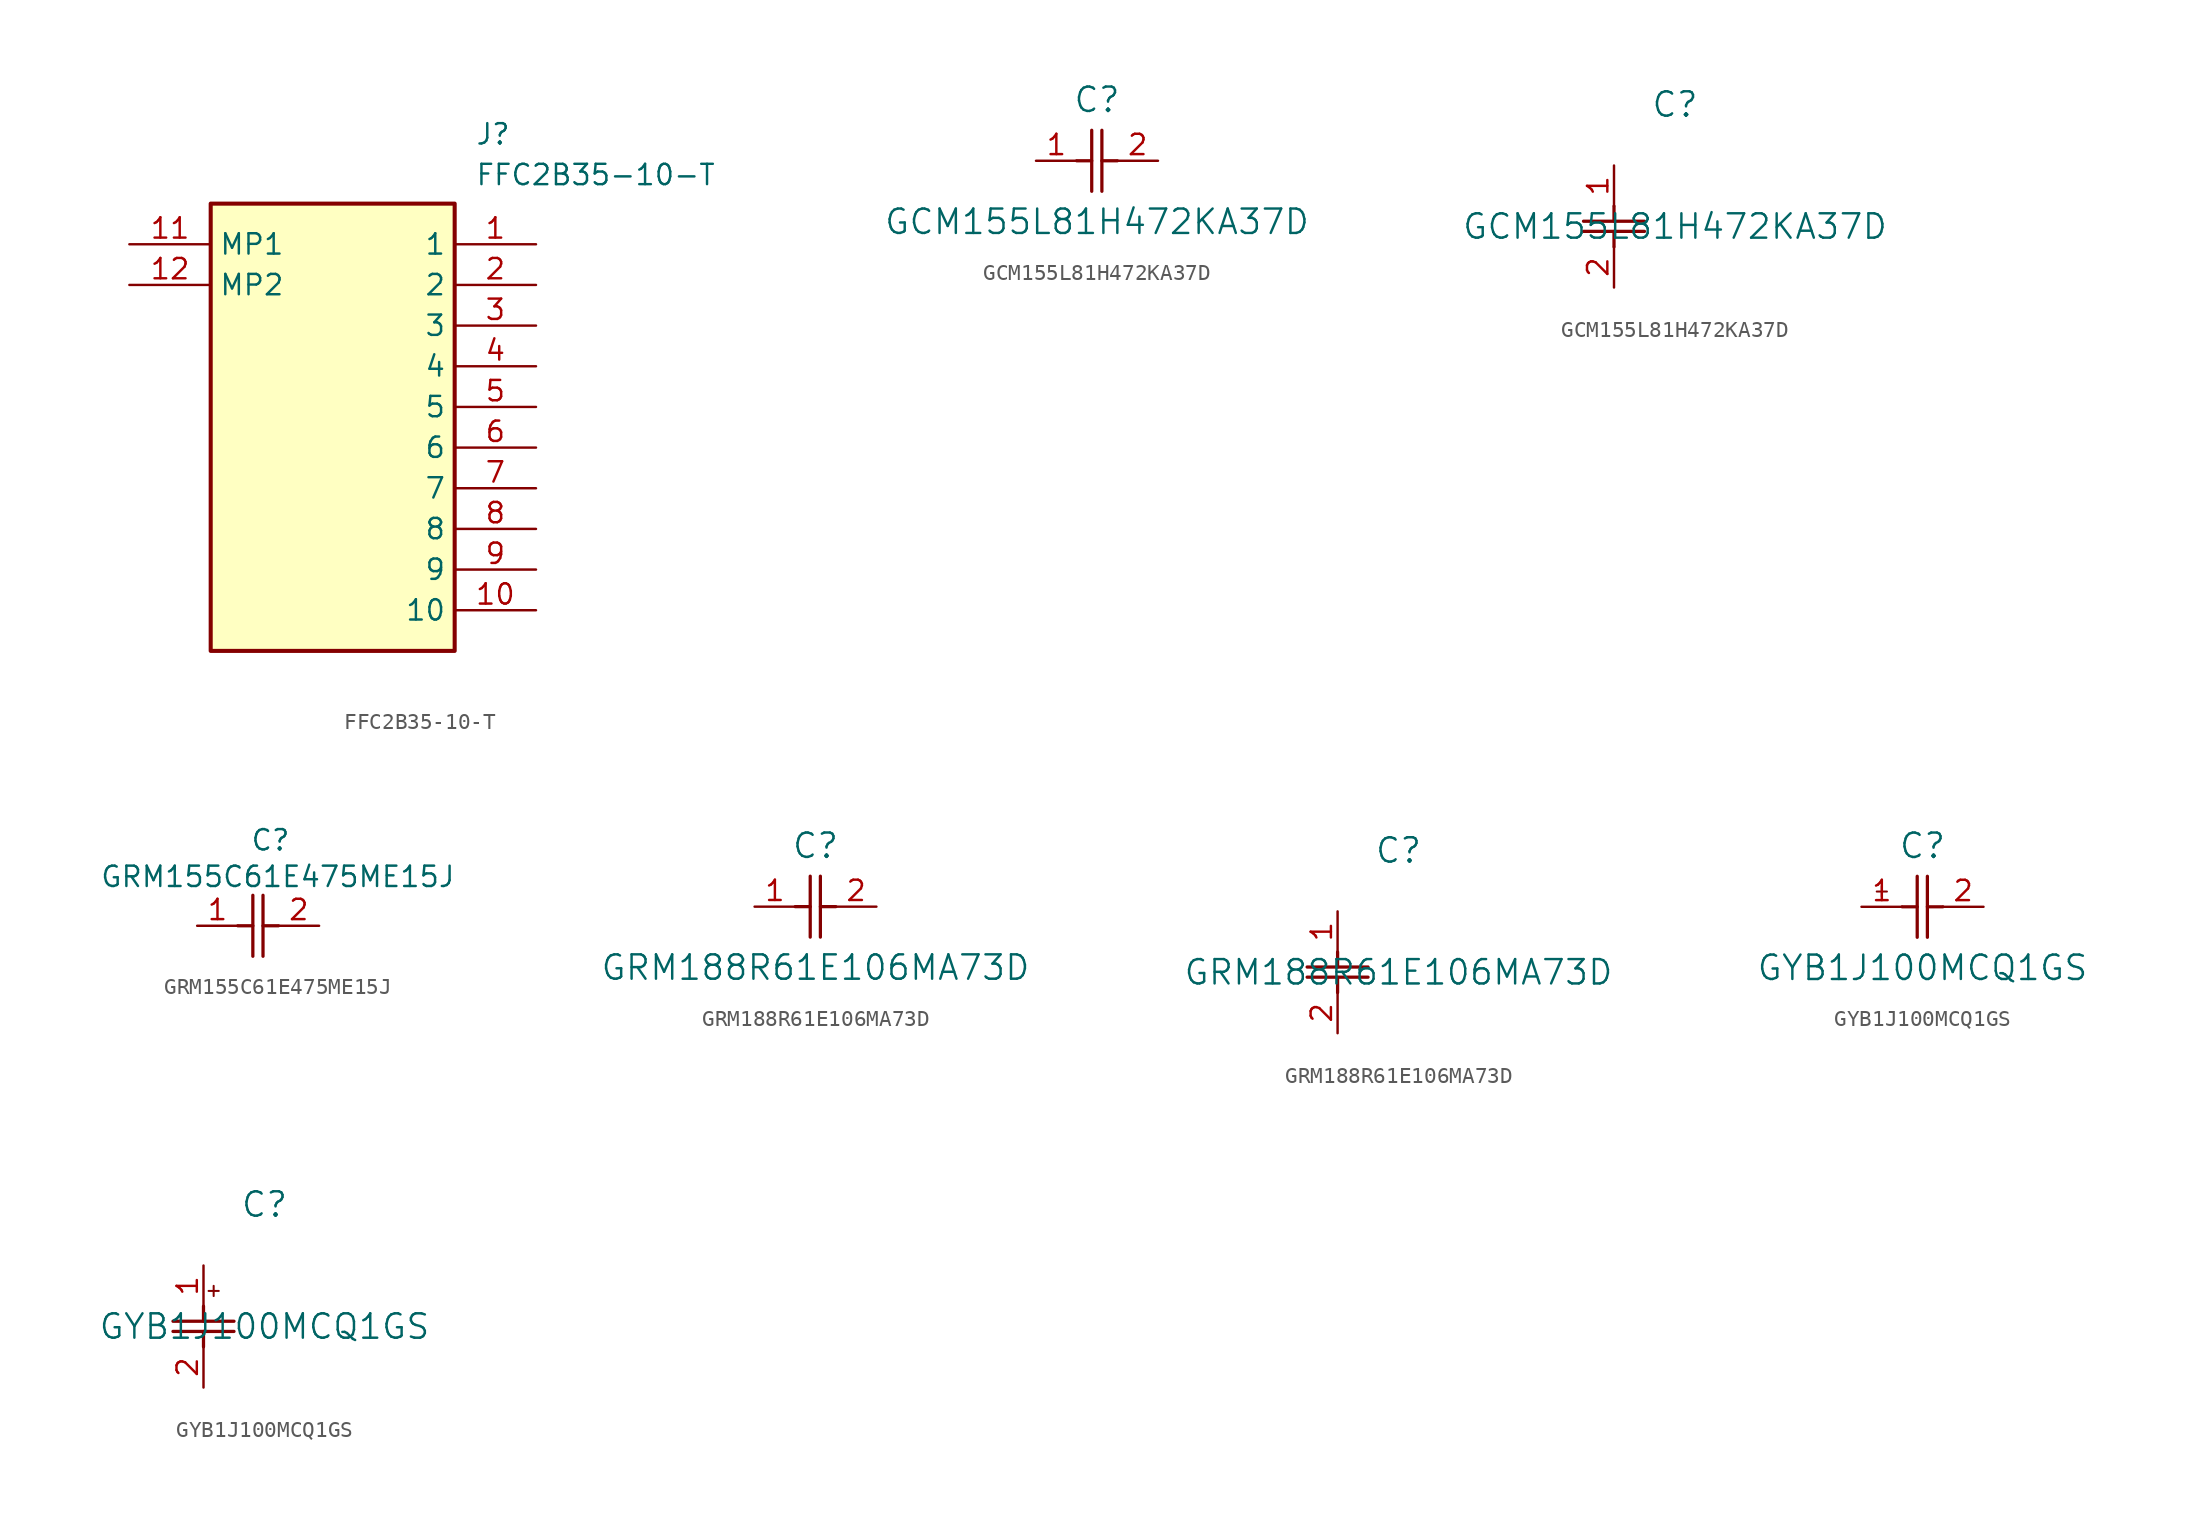
<source format=kicad_sym>
(kicad_symbol_lib
  (version 20231120)
  (generator "kicad_symbol_editor")
  (generator_version "8.0")
  (symbol "FFC2B35-10-T"
    (property "Reference" "J"
      (at 21.59 7.62 0)
      (effects (font (size 1.27 1.27)) (justify left top)))
    (property "Value" "FFC2B35-10-T"
      (at 21.59 5.08 0)
      (effects (font (size 1.27 1.27)) (justify left top)))
    (symbol "FFC2B35-10-T_1_1"
      (rectangle (start 5.08 2.54) (end 20.32 -25.4) (stroke (width 0.254) (type default)) (fill (type background)))
      (pin passive line (at 25.4 0 180) (length 5.08) (name "1" (effects (font (size 1.27 1.27)))) (number "1" (effects (font (size 1.27 1.27)))))
      (pin passive line (at 25.4 -22.86 180) (length 5.08) (name "10" (effects (font (size 1.27 1.27)))) (number "10" (effects (font (size 1.27 1.27)))))
      (pin passive line (at 0 0 0) (length 5.08) (name "MP1" (effects (font (size 1.27 1.27)))) (number "11" (effects (font (size 1.27 1.27)))))
      (pin passive line (at 0 -2.54 0) (length 5.08) (name "MP2" (effects (font (size 1.27 1.27)))) (number "12" (effects (font (size 1.27 1.27)))))
      (pin passive line (at 25.4 -2.54 180) (length 5.08) (name "2" (effects (font (size 1.27 1.27)))) (number "2" (effects (font (size 1.27 1.27)))))
      (pin passive line (at 25.4 -5.08 180) (length 5.08) (name "3" (effects (font (size 1.27 1.27)))) (number "3" (effects (font (size 1.27 1.27)))))
      (pin passive line (at 25.4 -7.62 180) (length 5.08) (name "4" (effects (font (size 1.27 1.27)))) (number "4" (effects (font (size 1.27 1.27)))))
      (pin passive line (at 25.4 -10.16 180) (length 5.08) (name "5" (effects (font (size 1.27 1.27)))) (number "5" (effects (font (size 1.27 1.27)))))
      (pin passive line (at 25.4 -12.7 180) (length 5.08) (name "6" (effects (font (size 1.27 1.27)))) (number "6" (effects (font (size 1.27 1.27)))))
      (pin passive line (at 25.4 -15.24 180) (length 5.08) (name "7" (effects (font (size 1.27 1.27)))) (number "7" (effects (font (size 1.27 1.27)))))
      (pin passive line (at 25.4 -17.78 180) (length 5.08) (name "8" (effects (font (size 1.27 1.27)))) (number "8" (effects (font (size 1.27 1.27)))))
      (pin passive line (at 25.4 -20.32 180) (length 5.08) (name "9" (effects (font (size 1.27 1.27)))) (number "9" (effects (font (size 1.27 1.27)))))))
  (symbol "GCM155L81H472KA37D"
    (pin_names
      (offset 0.254))
    (property "Reference" "C"
      (at 3.81 3.81 0)
      (effects (font (size 1.524 1.524))))
    (property "Value" "GCM155L81H472KA37D"
      (at 3.81 -3.81 0)
      (effects (font (size 1.524 1.524))))
    (property "ki_locked" ""
      (at 0 0 0)
      (effects (font (size 1.27 1.27))))
    (symbol "GCM155L81H472KA37D_1_1"
      (polyline (pts (xy 2.54 0) (xy 3.48 0)) (stroke (width 0.203) (type default)) (fill (type none)))
      (polyline (pts (xy 3.48 -1.905) (xy 3.48 1.905)) (stroke (width 0.203) (type default)) (fill (type none)))
      (polyline (pts (xy 4.115 -1.905) (xy 4.115 1.905)) (stroke (width 0.203) (type default)) (fill (type none)))
      (polyline (pts (xy 4.115 0) (xy 5.08 0)) (stroke (width 0.203) (type default)) (fill (type none)))
      (pin unspecified line (at 0 0 0) (length 2.54) (name "" (effects (font (size 1.27 1.27)))) (number "1" (effects (font (size 1.27 1.27)))))
      (pin unspecified line (at 7.62 0 180) (length 2.54) (name "" (effects (font (size 1.27 1.27)))) (number "2" (effects (font (size 1.27 1.27))))))
    (symbol "GCM155L81H472KA37D_1_2"
      (polyline (pts (xy -1.905 -4.115) (xy 1.905 -4.115)) (stroke (width 0.203) (type default)) (fill (type none)))
      (polyline (pts (xy -1.905 -3.48) (xy 1.905 -3.48)) (stroke (width 0.203) (type default)) (fill (type none)))
      (polyline (pts (xy 0 -4.115) (xy 0 -5.08)) (stroke (width 0.203) (type default)) (fill (type none)))
      (polyline (pts (xy 0 -2.54) (xy 0 -3.48)) (stroke (width 0.203) (type default)) (fill (type none)))
      (pin unspecified line (at 0 0 270) (length 2.54) (name "" (effects (font (size 1.27 1.27)))) (number "1" (effects (font (size 1.27 1.27)))))
      (pin unspecified line (at 0 -7.62 90) (length 2.54) (name "" (effects (font (size 1.27 1.27)))) (number "2" (effects (font (size 1.27 1.27)))))))
  (symbol "GRM155C61E475ME15J"
    (pin_names hide)
    (property "Reference" "C"
      (at 3.302 6.096 0)
      (effects (font (size 1.27 1.27)) (justify left top)))
    (property "Value" "GRM155C61E475ME15J"
      (at -6.096 3.81 0)
      (effects (font (size 1.27 1.27)) (justify left top)))
    (symbol "GRM155C61E475ME15J_1_1"
      (polyline (pts (xy 2.54 0) (xy 3.48 0)) (stroke (width 0.203) (type default)) (fill (type none)))
      (polyline (pts (xy 3.48 -1.905) (xy 3.48 1.905)) (stroke (width 0.203) (type default)) (fill (type none)))
      (polyline (pts (xy 4.115 -1.905) (xy 4.115 1.905)) (stroke (width 0.203) (type default)) (fill (type none)))
      (polyline (pts (xy 4.115 0) (xy 5.08 0)) (stroke (width 0.203) (type default)) (fill (type none)))
      (pin unspecified line (at 0 0 0) (length 2.54) (name "" (effects (font (size 1.27 1.27)))) (number "1" (effects (font (size 1.27 1.27)))))
      (pin unspecified line (at 7.62 0 180) (length 2.54) (name "" (effects (font (size 1.27 1.27)))) (number "2" (effects (font (size 1.27 1.27)))))))
  (symbol "GRM188R61E106MA73D"
    (pin_names
      (offset 0.254))
    (property "Reference" "C"
      (at 3.81 3.81 0)
      (effects (font (size 1.524 1.524))))
    (property "Value" "GRM188R61E106MA73D"
      (at 3.81 -3.81 0)
      (effects (font (size 1.524 1.524))))
    (property "ki_locked" ""
      (at 0 0 0)
      (effects (font (size 1.27 1.27))))
    (symbol "GRM188R61E106MA73D_1_1"
      (polyline (pts (xy 2.54 0) (xy 3.48 0)) (stroke (width 0.203) (type default)) (fill (type none)))
      (polyline (pts (xy 3.48 -1.905) (xy 3.48 1.905)) (stroke (width 0.203) (type default)) (fill (type none)))
      (polyline (pts (xy 4.115 -1.905) (xy 4.115 1.905)) (stroke (width 0.203) (type default)) (fill (type none)))
      (polyline (pts (xy 4.115 0) (xy 5.08 0)) (stroke (width 0.203) (type default)) (fill (type none)))
      (pin unspecified line (at 0 0 0) (length 2.54) (name "" (effects (font (size 1.27 1.27)))) (number "1" (effects (font (size 1.27 1.27)))))
      (pin unspecified line (at 7.62 0 180) (length 2.54) (name "" (effects (font (size 1.27 1.27)))) (number "2" (effects (font (size 1.27 1.27))))))
    (symbol "GRM188R61E106MA73D_1_2"
      (polyline (pts (xy -1.905 -4.115) (xy 1.905 -4.115)) (stroke (width 0.203) (type default)) (fill (type none)))
      (polyline (pts (xy -1.905 -3.48) (xy 1.905 -3.48)) (stroke (width 0.203) (type default)) (fill (type none)))
      (polyline (pts (xy 0 -4.115) (xy 0 -5.08)) (stroke (width 0.203) (type default)) (fill (type none)))
      (polyline (pts (xy 0 -2.54) (xy 0 -3.48)) (stroke (width 0.203) (type default)) (fill (type none)))
      (pin unspecified line (at 0 0 270) (length 2.54) (name "" (effects (font (size 1.27 1.27)))) (number "1" (effects (font (size 1.27 1.27)))))
      (pin unspecified line (at 0 -7.62 90) (length 2.54) (name "" (effects (font (size 1.27 1.27)))) (number "2" (effects (font (size 1.27 1.27)))))))
  (symbol "GYB1J100MCQ1GS"
    (pin_names
      (offset 0.254))
    (property "Reference" "C"
      (at 3.81 3.81 0)
      (effects (font (size 1.524 1.524))))
    (property "Value" "GYB1J100MCQ1GS"
      (at 3.81 -3.81 0)
      (effects (font (size 1.524 1.524))))
    (property "ki_locked" ""
      (at 0 0 0)
      (effects (font (size 1.27 1.27))))
    (symbol "GYB1J100MCQ1GS_1_1"
      (polyline (pts (xy 0.953 0.953) (xy 1.587 0.953)) (stroke (width 0.127) (type default)) (fill (type none)))
      (polyline (pts (xy 1.27 1.27) (xy 1.27 0.635)) (stroke (width 0.127) (type default)) (fill (type none)))
      (polyline (pts (xy 2.54 0) (xy 3.48 0)) (stroke (width 0.203) (type default)) (fill (type none)))
      (polyline (pts (xy 3.48 -1.905) (xy 3.48 1.905)) (stroke (width 0.203) (type default)) (fill (type none)))
      (polyline (pts (xy 4.115 -1.905) (xy 4.115 1.905)) (stroke (width 0.203) (type default)) (fill (type none)))
      (polyline (pts (xy 4.115 0) (xy 5.08 0)) (stroke (width 0.203) (type default)) (fill (type none)))
      (pin unspecified line (at 0 0 0) (length 2.54) (name "" (effects (font (size 1.27 1.27)))) (number "1" (effects (font (size 1.27 1.27)))))
      (pin unspecified line (at 7.62 0 180) (length 2.54) (name "" (effects (font (size 1.27 1.27)))) (number "2" (effects (font (size 1.27 1.27))))))
    (symbol "GYB1J100MCQ1GS_1_2"
      (polyline (pts (xy -1.905 -4.115) (xy 1.905 -4.115)) (stroke (width 0.203) (type default)) (fill (type none)))
      (polyline (pts (xy -1.905 -3.48) (xy 1.905 -3.48)) (stroke (width 0.203) (type default)) (fill (type none)))
      (polyline (pts (xy 0 -4.115) (xy 0 -5.08)) (stroke (width 0.203) (type default)) (fill (type none)))
      (polyline (pts (xy 0 -2.54) (xy 0 -3.48)) (stroke (width 0.203) (type default)) (fill (type none)))
      (polyline (pts (xy 0.318 -1.587) (xy 0.953 -1.587)) (stroke (width 0.127) (type default)) (fill (type none)))
      (polyline (pts (xy 0.635 -1.27) (xy 0.635 -1.905)) (stroke (width 0.127) (type default)) (fill (type none)))
      (pin unspecified line (at 0 0 270) (length 2.54) (name "" (effects (font (size 1.27 1.27)))) (number "1" (effects (font (size 1.27 1.27)))))
      (pin unspecified line (at 0 -7.62 90) (length 2.54) (name "" (effects (font (size 1.27 1.27)))) (number "2" (effects (font (size 1.27 1.27))))))))
</source>
